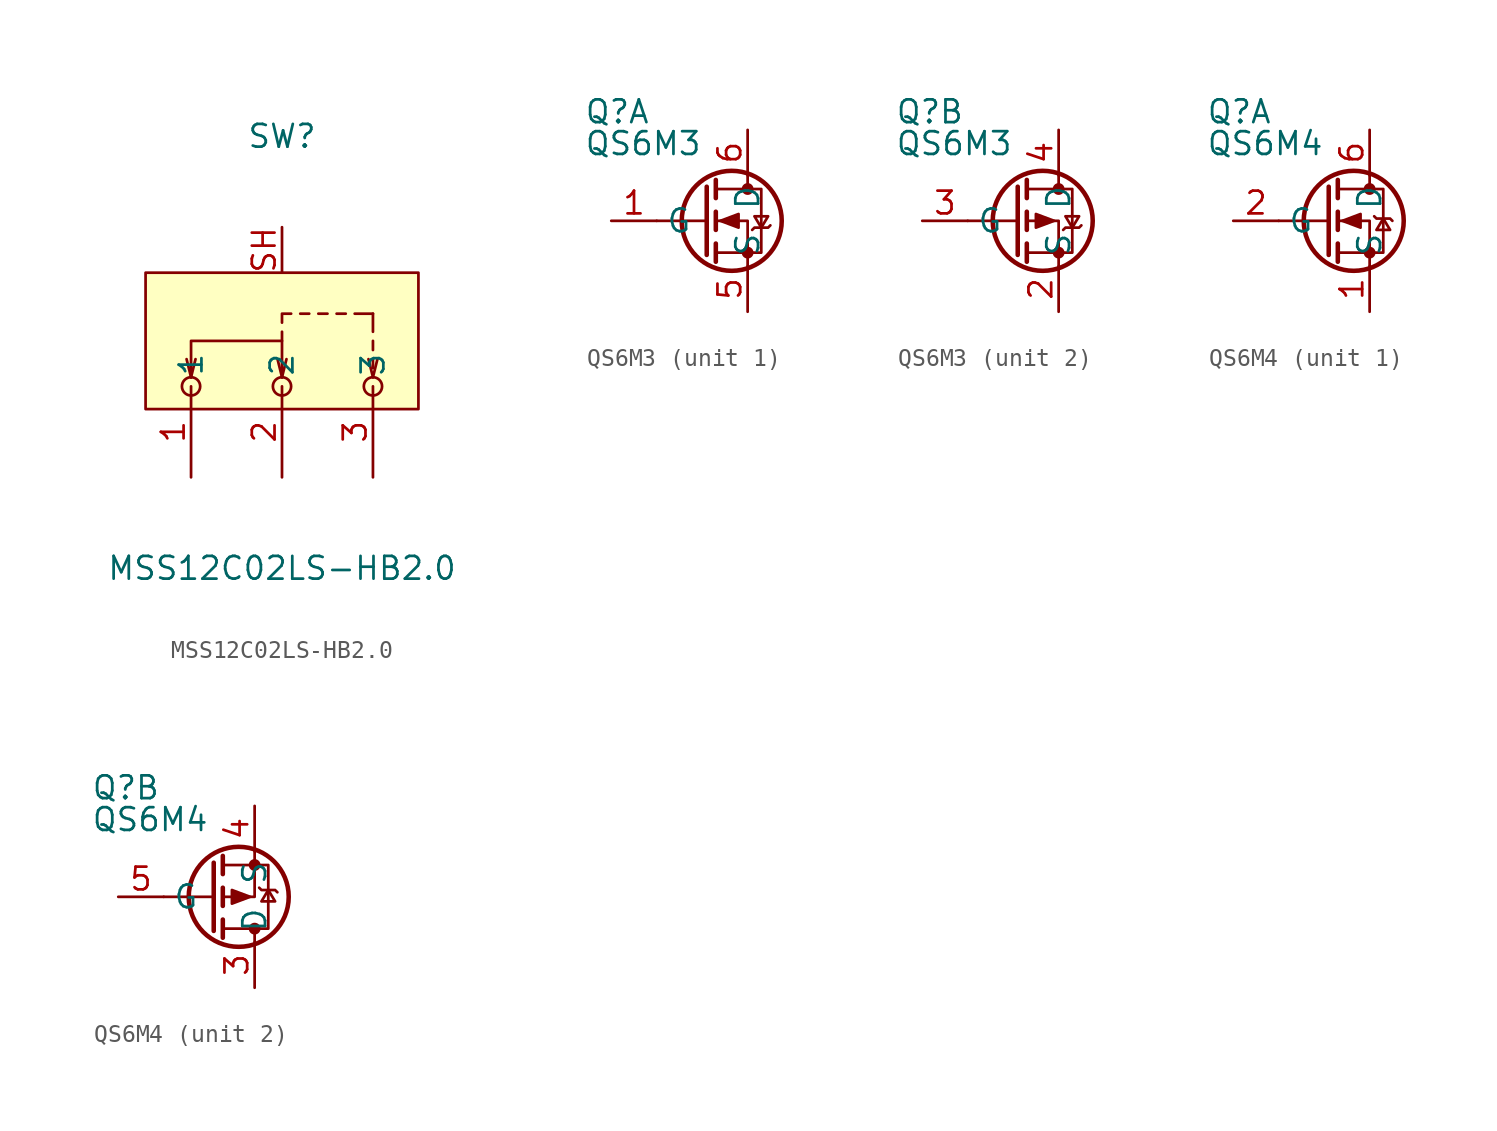
<source format=kicad_sym>
(kicad_symbol_lib
  (version 20241209)
  (generator "kicad_symbol_editor")
  (generator_version "9.0")
  (symbol "MSS12C02LS-HB2.0"
    (property "Reference" "SW"
      (at 0 11.43 0)
      (effects (font (size 1.27 1.27))))
    (property "Value" "MSS12C02LS-HB2.0"
      (at 0 -12.7 0)
      (effects (font (size 1.27 1.27))))
    (symbol "MSS12C02LS-HB2.0_0_1"
      (rectangle (start -7.62 3.81) (end 7.62 -3.81) (stroke (width 0) (type default)) (fill (type background)))
      (polyline (pts (xy -5.08 -2.03) (xy -5.33 -1.02)) (stroke (width 0) (type default)) (fill (type none)))
      (polyline (pts (xy -5.08 -2.03) (xy -4.83 -1.02)) (stroke (width 0) (type default)) (fill (type none)))
      (polyline (pts (xy -5.08 -2.03) (xy -5.08 0) (xy 0 0) (xy 0 -2.03)) (stroke (width 0) (type default)) (fill (type none)))
      (circle (center -5.08 -2.54) (radius 0.51) (stroke (width 0) (type default)) (fill (type none)))
      (polyline (pts (xy 0 1.02) (xy 0 1.52) (xy 0.51 1.52)) (stroke (width 0) (type default)) (fill (type none)))
      (polyline (pts (xy 0 0) (xy 0 0.51)) (stroke (width 0) (type default)) (fill (type none)))
      (polyline (pts (xy 0 -2.03) (xy -0.25 -1.02)) (stroke (width 0) (type default)) (fill (type none)))
      (polyline (pts (xy 0 -2.03) (xy 0.25 -1.02)) (stroke (width 0) (type default)) (fill (type none)))
      (circle (center 0 -2.54) (radius 0.51) (stroke (width 0) (type default)) (fill (type none)))
      (polyline (pts (xy 1.02 1.52) (xy 1.52 1.52)) (stroke (width 0) (type default)) (fill (type none)))
      (polyline (pts (xy 2.03 1.52) (xy 2.54 1.52)) (stroke (width 0) (type default)) (fill (type none)))
      (polyline (pts (xy 3.05 1.52) (xy 3.56 1.52)) (stroke (width 0) (type default)) (fill (type none)))
      (polyline (pts (xy 4.06 1.52) (xy 5.08 1.52)) (stroke (width 0) (type default)) (fill (type none)))
      (polyline (pts (xy 5.08 1.52) (xy 5.08 0.51)) (stroke (width 0) (type default)) (fill (type none)))
      (polyline (pts (xy 5.08 -0.51) (xy 5.08 0)) (stroke (width 0) (type default)) (fill (type none)))
      (polyline (pts (xy 5.08 -1.52) (xy 5.08 -1.02)) (stroke (width 0) (type default)) (fill (type none)))
      (polyline (pts (xy 5.08 -2.03) (xy 4.83 -1.02)) (stroke (width 0) (type default)) (fill (type none)))
      (polyline (pts (xy 5.08 -2.03) (xy 5.33 -1.02)) (stroke (width 0) (type default)) (fill (type none)))
      (circle (center 5.08 -2.54) (radius 0.51) (stroke (width 0) (type default)) (fill (type none))))
    (symbol "MSS12C02LS-HB2.0_1_1"
      (pin passive line (at -5.08 -7.62 90) (length 5.08) (name "1" (effects (font (size 1.27 1.27)))) (number "1" (effects (font (size 1.27 1.27)))))
      (pin passive line (at 0 6.35 270) (length 2.54) (name "" (effects (font (size 1.27 1.27)))) (number "SH" (effects (font (size 1.27 1.27)))))
      (pin passive line (at 0 -7.62 90) (length 5.08) (name "2" (effects (font (size 1.27 1.27)))) (number "2" (effects (font (size 1.27 1.27)))))
      (pin passive line (at 5.08 -7.62 90) (length 5.08) (name "3" (effects (font (size 1.27 1.27)))) (number "3" (effects (font (size 1.27 1.27)))))))
  (symbol "QS6M3"
    (property "Reference" "Q"
      (at -9.144 6.096 0)
      (effects (font (size 1.27 1.27)) (justify left)))
    (property "Value" "QS6M3"
      (at -9.144 4.318 0)
      (effects (font (size 1.27 1.27)) (justify left)))
    (property "ki_locked" ""
      (at 0 0 0)
      (effects (font (size 1.27 1.27))))
    (symbol "QS6M3_1_1"
      (polyline (pts (xy -2.286 1.905) (xy -2.286 -1.905)) (stroke (width 0.254) (type default)) (fill (type none)))
      (polyline (pts (xy -2.286 0) (xy -5.08 0)) (stroke (width 0) (type default)) (fill (type none)))
      (polyline (pts (xy -1.778 2.286) (xy -1.778 1.27)) (stroke (width 0.254) (type default)) (fill (type none)))
      (polyline (pts (xy -1.778 1.778) (xy 0.762 1.778) (xy 0.762 -1.778) (xy -1.778 -1.778)) (stroke (width 0) (type default)) (fill (type none)))
      (polyline (pts (xy -1.778 0.508) (xy -1.778 -0.508)) (stroke (width 0.254) (type default)) (fill (type none)))
      (polyline (pts (xy -1.778 -1.27) (xy -1.778 -2.286)) (stroke (width 0.254) (type default)) (fill (type none)))
      (polyline (pts (xy -1.524 0) (xy -0.508 0.381) (xy -0.508 -0.381) (xy -1.524 0)) (stroke (width 0) (type default)) (fill (type outline)))
      (circle (center -0.889 0) (radius 2.794) (stroke (width 0.254) (type default)) (fill (type none)))
      (polyline (pts (xy 0 2.54) (xy 0 1.778)) (stroke (width 0) (type default)) (fill (type none)))
      (circle (center 0 1.778) (radius 0.254) (stroke (width 0) (type default)) (fill (type outline)))
      (circle (center 0 -1.778) (radius 0.254) (stroke (width 0) (type default)) (fill (type outline)))
      (polyline (pts (xy 0 -2.54) (xy 0 0) (xy -1.778 0)) (stroke (width 0) (type default)) (fill (type none)))
      (polyline (pts (xy 0.254 -0.508) (xy 0.381 -0.381) (xy 1.143 -0.381) (xy 1.27 -0.254)) (stroke (width 0) (type default)) (fill (type none)))
      (polyline (pts (xy 0.762 -0.381) (xy 0.381 0.254) (xy 1.143 0.254) (xy 0.762 -0.381)) (stroke (width 0) (type default)) (fill (type none)))
      (pin input line (at -7.62 0 0) (length 2.54) (name "G" (effects (font (size 1.27 1.27)))) (number "1" (effects (font (size 1.27 1.27)))))
      (pin passive line (at 0 5.08 270) (length 2.54) (name "D" (effects (font (size 1.27 1.27)))) (number "6" (effects (font (size 1.27 1.27)))))
      (pin passive line (at 0 -5.08 90) (length 2.54) (name "S" (effects (font (size 1.27 1.27)))) (number "5" (effects (font (size 1.27 1.27))))))
    (symbol "QS6M3_2_1"
      (polyline (pts (xy -2.286 1.905) (xy -2.286 -1.905)) (stroke (width 0.254) (type default)) (fill (type none)))
      (polyline (pts (xy -2.286 0) (xy -5.08 0)) (stroke (width 0) (type default)) (fill (type none)))
      (polyline (pts (xy -1.778 2.286) (xy -1.778 1.27)) (stroke (width 0.254) (type default)) (fill (type none)))
      (polyline (pts (xy -1.778 1.778) (xy 0.762 1.778) (xy 0.762 -1.778) (xy -1.778 -1.778)) (stroke (width 0) (type default)) (fill (type none)))
      (polyline (pts (xy -1.778 0.508) (xy -1.778 -0.508)) (stroke (width 0.254) (type default)) (fill (type none)))
      (polyline (pts (xy -1.778 -1.27) (xy -1.778 -2.286)) (stroke (width 0.254) (type default)) (fill (type none)))
      (circle (center -0.889 0) (radius 2.794) (stroke (width 0.254) (type default)) (fill (type none)))
      (polyline (pts (xy -0.254 0) (xy -1.27 0.381) (xy -1.27 -0.381) (xy -0.254 0)) (stroke (width 0) (type default)) (fill (type outline)))
      (polyline (pts (xy 0 2.54) (xy 0 1.778)) (stroke (width 0) (type default)) (fill (type none)))
      (circle (center 0 1.778) (radius 0.254) (stroke (width 0) (type default)) (fill (type outline)))
      (circle (center 0 -1.778) (radius 0.254) (stroke (width 0) (type default)) (fill (type outline)))
      (polyline (pts (xy 0 -2.54) (xy 0 0) (xy -1.778 0)) (stroke (width 0) (type default)) (fill (type none)))
      (polyline (pts (xy 0.254 -0.508) (xy 0.381 -0.381) (xy 1.143 -0.381) (xy 1.27 -0.254)) (stroke (width 0) (type default)) (fill (type none)))
      (polyline (pts (xy 0.762 -0.381) (xy 0.381 0.254) (xy 1.143 0.254) (xy 0.762 -0.381)) (stroke (width 0) (type default)) (fill (type none)))
      (pin input line (at -7.62 0 0) (length 2.54) (name "G" (effects (font (size 1.27 1.27)))) (number "3" (effects (font (size 1.27 1.27)))))
      (pin passive line (at 0 5.08 270) (length 2.54) (name "D" (effects (font (size 1.27 1.27)))) (number "4" (effects (font (size 1.27 1.27)))))
      (pin passive line (at 0 -5.08 90) (length 2.54) (name "S" (effects (font (size 1.27 1.27)))) (number "2" (effects (font (size 1.27 1.27)))))))
  (symbol "QS6M4"
    (property "Reference" "Q"
      (at -9.144 6.096 0)
      (effects (font (size 1.27 1.27)) (justify left)))
    (property "Value" "QS6M4"
      (at -9.144 4.318 0)
      (effects (font (size 1.27 1.27)) (justify left)))
    (property "ki_locked" ""
      (at 0 0 0)
      (effects (font (size 1.27 1.27))))
    (symbol "QS6M4_1_1"
      (polyline (pts (xy -2.286 1.905) (xy -2.286 -1.905)) (stroke (width 0.254) (type default)) (fill (type none)))
      (polyline (pts (xy -2.286 0) (xy -5.08 0)) (stroke (width 0) (type default)) (fill (type none)))
      (polyline (pts (xy -1.778 2.286) (xy -1.778 1.27)) (stroke (width 0.254) (type default)) (fill (type none)))
      (polyline (pts (xy -1.778 1.778) (xy 0.762 1.778) (xy 0.762 -1.778) (xy -1.778 -1.778)) (stroke (width 0) (type default)) (fill (type none)))
      (polyline (pts (xy -1.778 0.508) (xy -1.778 -0.508)) (stroke (width 0.254) (type default)) (fill (type none)))
      (polyline (pts (xy -1.778 -1.27) (xy -1.778 -2.286)) (stroke (width 0.254) (type default)) (fill (type none)))
      (polyline (pts (xy -1.524 0) (xy -0.508 0.381) (xy -0.508 -0.381) (xy -1.524 0)) (stroke (width 0) (type default)) (fill (type outline)))
      (circle (center -0.889 0) (radius 2.794) (stroke (width 0.254) (type default)) (fill (type none)))
      (polyline (pts (xy 0 2.54) (xy 0 1.778)) (stroke (width 0) (type default)) (fill (type none)))
      (circle (center 0 1.778) (radius 0.254) (stroke (width 0) (type default)) (fill (type outline)))
      (circle (center 0 -1.778) (radius 0.254) (stroke (width 0) (type default)) (fill (type outline)))
      (polyline (pts (xy 0 -2.54) (xy 0 0) (xy -1.778 0)) (stroke (width 0) (type default)) (fill (type none)))
      (polyline (pts (xy 0.254 0.254) (xy 0.381 0.127) (xy 1.143 0.127) (xy 1.27 0)) (stroke (width 0) (type default)) (fill (type none)))
      (polyline (pts (xy 0.762 0.127) (xy 0.381 -0.508) (xy 1.143 -0.508) (xy 0.762 0.127)) (stroke (width 0) (type default)) (fill (type none)))
      (pin input line (at -7.62 0 0) (length 2.54) (name "G" (effects (font (size 1.27 1.27)))) (number "2" (effects (font (size 1.27 1.27)))))
      (pin passive line (at 0 5.08 270) (length 2.54) (name "D" (effects (font (size 1.27 1.27)))) (number "6" (effects (font (size 1.27 1.27)))))
      (pin passive line (at 0 -5.08 90) (length 2.54) (name "S" (effects (font (size 1.27 1.27)))) (number "1" (effects (font (size 1.27 1.27))))))
    (symbol "QS6M4_2_1"
      (polyline (pts (xy -2.286 0) (xy -5.08 0)) (stroke (width 0) (type default)) (fill (type none)))
      (polyline (pts (xy -2.286 -1.905) (xy -2.286 1.905)) (stroke (width 0.254) (type default)) (fill (type none)))
      (polyline (pts (xy -1.778 1.27) (xy -1.778 2.286)) (stroke (width 0.254) (type default)) (fill (type none)))
      (polyline (pts (xy -1.778 -0.508) (xy -1.778 0.508)) (stroke (width 0.254) (type default)) (fill (type none)))
      (polyline (pts (xy -1.778 -1.778) (xy 0.762 -1.778) (xy 0.762 1.778) (xy -1.778 1.778)) (stroke (width 0) (type default)) (fill (type none)))
      (polyline (pts (xy -1.778 -2.286) (xy -1.778 -1.27)) (stroke (width 0.254) (type default)) (fill (type none)))
      (circle (center -0.889 0) (radius 2.794) (stroke (width 0.254) (type default)) (fill (type none)))
      (polyline (pts (xy -0.254 0) (xy -1.27 -0.381) (xy -1.27 0.381) (xy -0.254 0)) (stroke (width 0) (type default)) (fill (type outline)))
      (polyline (pts (xy 0 2.54) (xy 0 0) (xy -1.778 0)) (stroke (width 0) (type default)) (fill (type none)))
      (circle (center 0 1.778) (radius 0.254) (stroke (width 0) (type default)) (fill (type outline)))
      (circle (center 0 -1.778) (radius 0.254) (stroke (width 0) (type default)) (fill (type outline)))
      (polyline (pts (xy 0 -2.54) (xy 0 -1.778)) (stroke (width 0) (type default)) (fill (type none)))
      (polyline (pts (xy 0.254 0.508) (xy 0.381 0.381) (xy 1.143 0.381) (xy 1.27 0.254)) (stroke (width 0) (type default)) (fill (type none)))
      (polyline (pts (xy 0.762 0.381) (xy 0.381 -0.254) (xy 1.143 -0.254) (xy 0.762 0.381)) (stroke (width 0) (type default)) (fill (type none)))
      (pin input line (at -7.62 0 0) (length 2.54) (name "G" (effects (font (size 1.27 1.27)))) (number "5" (effects (font (size 1.27 1.27)))))
      (pin passive line (at 0 5.08 270) (length 2.54) (name "S" (effects (font (size 1.27 1.27)))) (number "4" (effects (font (size 1.27 1.27)))))
      (pin passive line (at 0 -5.08 90) (length 2.54) (name "D" (effects (font (size 1.27 1.27)))) (number "3" (effects (font (size 1.27 1.27))))))))
</source>
